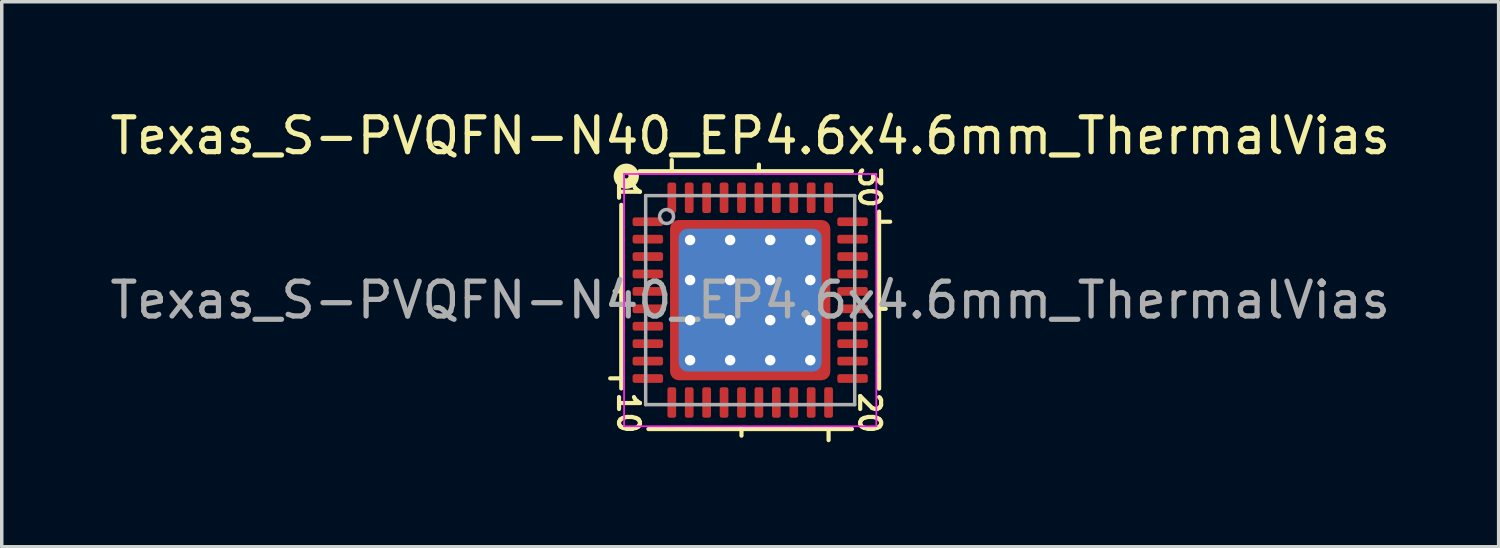
<source format=kicad_pcb>
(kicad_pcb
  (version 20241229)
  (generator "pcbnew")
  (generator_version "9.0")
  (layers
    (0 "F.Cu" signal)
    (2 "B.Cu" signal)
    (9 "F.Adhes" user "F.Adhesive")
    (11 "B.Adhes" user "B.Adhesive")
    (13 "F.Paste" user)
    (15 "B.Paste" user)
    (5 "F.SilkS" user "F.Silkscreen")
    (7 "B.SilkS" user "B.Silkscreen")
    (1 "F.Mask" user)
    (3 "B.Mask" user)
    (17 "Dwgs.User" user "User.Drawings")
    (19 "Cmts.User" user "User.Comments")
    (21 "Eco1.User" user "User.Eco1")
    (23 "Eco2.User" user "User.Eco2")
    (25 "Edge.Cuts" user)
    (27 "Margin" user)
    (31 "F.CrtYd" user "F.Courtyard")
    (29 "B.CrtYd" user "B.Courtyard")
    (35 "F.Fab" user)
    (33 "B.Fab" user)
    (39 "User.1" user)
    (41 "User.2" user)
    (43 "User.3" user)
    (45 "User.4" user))
  (footprint "Texas_S-PVQFN-N40_EP4.6x4.6mm_ThermalVias"
    (layer "F.Cu")
    (at 18.482 5.564)
    (property "Reference" "Texas_S-PVQFN-N40_EP4.6x4.6mm_ThermalVias" (at 0 -4.716 0) (layer "F.SilkS") (effects (font (size 1 1) (thickness 0.15))))
    (attr smd)
    (fp_line (start -3.7 -2.735) (end -3.7 2.535) (stroke (width 0.12) (type solid)) (layer "F.SilkS"))
    (fp_line (start -3.7 -0.255) (end -3.89 -0.255) (stroke (width 0.12) (type solid)) (layer "F.SilkS"))
    (fp_line (start -3.7 2.245) (end -4.018 2.245) (stroke (width 0.12) (type solid)) (layer "F.SilkS"))
    (fp_line (start -2.921 3.7) (end 2.921 3.7) (stroke (width 0.12) (type solid)) (layer "F.SilkS"))
    (fp_line (start -2.25 -3.7) (end -2.25 -4.018) (stroke (width 0.12) (type solid)) (layer "F.SilkS"))
    (fp_line (start -0.25 3.7) (end -0.25 3.89) (stroke (width 0.12) (type solid)) (layer "F.SilkS"))
    (fp_line (start 0.25 -3.7) (end 0.25 -3.89) (stroke (width 0.12) (type solid)) (layer "F.SilkS"))
    (fp_line (start 2.25 3.7) (end 2.25 4.018) (stroke (width 0.12) (type solid)) (layer "F.SilkS"))
    (fp_line (start 2.921 -3.7) (end -3.175 -3.7) (stroke (width 0.12) (type solid)) (layer "F.SilkS"))
    (fp_line (start 3.7 -2.25) (end 4.018 -2.25) (stroke (width 0.12) (type solid)) (layer "F.SilkS"))
    (fp_line (start 3.7 0.25) (end 3.89 0.25) (stroke (width 0.12) (type solid)) (layer "F.SilkS"))
    (fp_line (start 3.7 2.54) (end 3.7 -2.54) (stroke (width 0.12) (type solid)) (layer "F.SilkS"))
    (fp_circle (center -3.556 -3.556) (end -3.493 -3.556) (stroke (width 0.3) (type solid)) (fill no) (layer "F.SilkS"))
    (fp_line (start -3.62 -3.62) (end -3.62 3.62) (stroke (width 0.05) (type solid)) (layer "F.CrtYd"))
    (fp_line (start -3.62 3.62) (end 3.62 3.62) (stroke (width 0.05) (type solid)) (layer "F.CrtYd"))
    (fp_line (start 3.62 -3.62) (end -3.62 -3.62) (stroke (width 0.05) (type solid)) (layer "F.CrtYd"))
    (fp_line (start 3.62 3.62) (end 3.62 -3.62) (stroke (width 0.05) (type solid)) (layer "F.CrtYd"))
    (fp_line (start -3 -3) (end 3 -3) (stroke (width 0.1) (type solid)) (layer "F.Fab"))
    (fp_line (start -3 3) (end -3 -3) (stroke (width 0.1) (type solid)) (layer "F.Fab"))
    (fp_line (start 3 -3) (end 3 3) (stroke (width 0.1) (type solid)) (layer "F.Fab"))
    (fp_line (start 3 3) (end -3 3) (stroke (width 0.1) (type solid)) (layer "F.Fab"))
    (fp_circle (center -2.4 -2.4) (end -2.2 -2.4) (stroke (width 0.1) (type solid)) (fill no) (layer "F.Fab"))
    (fp_text user "20" (at 3.429 3.239 270) (unlocked yes) (layer "F.SilkS") (effects (font (size 0.6 0.6) (thickness 0.12))))
    (fp_text user "1" (at -3.493 -3.111 270) (unlocked yes) (layer "F.SilkS") (effects (font (size 0.6 0.6) (thickness 0.12))))
    (fp_text user "10" (at -3.493 3.239 270) (unlocked yes) (layer "F.SilkS") (effects (font (size 0.6 0.6) (thickness 0.12))))
    (fp_text user "30" (at 3.429 -3.239 270) (unlocked yes) (layer "F.SilkS") (effects (font (size 0.6 0.6) (thickness 0.12))))
    (fp_text user "${REFERENCE}" (at 0 0 0) (layer "F.Fab") (effects (font (size 1 1) (thickness 0.15))))
    (pad "" smd custom (at -2.013 -2.013) (size 0.342 0.342) (layers "F.Paste") (options (anchor circle)) (primitives (gr_poly (pts (xy 0.116 0.012) (xy 0.012 0.116) (xy -0.116 0.116) (xy -0.116 -0.116) (xy 0.116 -0.116)) (width 0.232) (fill yes))))
    (pad "" smd custom (at -2.013 -1.15) (size 0.382 0.382) (layers "F.Paste") (options (anchor circle)) (primitives (gr_poly (pts (xy 0.15 -0.314) (xy 0.15 0.314) (xy 0.082 0.382) (xy -0.15 0.382) (xy -0.15 -0.382) (xy 0.082 -0.382)) (width 0.164) (fill yes))))
    (pad "" smd custom (at -2.013 0) (size 0.382 0.382) (layers "F.Paste") (options (anchor circle)) (primitives (gr_poly (pts (xy 0.15 -0.314) (xy 0.15 0.314) (xy 0.082 0.382) (xy -0.15 0.382) (xy -0.15 -0.382) (xy 0.082 -0.382)) (width 0.164) (fill yes))))
    (pad "" smd custom (at -2.013 1.15) (size 0.382 0.382) (layers "F.Paste") (options (anchor circle)) (primitives (gr_poly (pts (xy 0.15 -0.314) (xy 0.15 0.314) (xy 0.082 0.382) (xy -0.15 0.382) (xy -0.15 -0.382) (xy 0.082 -0.382)) (width 0.164) (fill yes))))
    (pad "" smd custom (at -2.013 2.013) (size 0.342 0.342) (layers "F.Paste") (options (anchor circle)) (primitives (gr_poly (pts (xy 0.116 -0.012) (xy 0.116 0.116) (xy -0.116 0.116) (xy -0.116 -0.116) (xy 0.012 -0.116)) (width 0.232) (fill yes))))
    (pad "" smd custom (at -1.15 -2.013) (size 0.382 0.382) (layers "F.Paste") (options (anchor circle)) (primitives (gr_poly (pts (xy 0.382 0.082) (xy 0.314 0.15) (xy -0.314 0.15) (xy -0.382 0.082) (xy -0.382 -0.15) (xy 0.382 -0.15)) (width 0.164) (fill yes))))
    (pad "" smd roundrect (at -1.15 -1.15) (size 0.927 0.927) (layers "F.Paste") (roundrect_rratio 0.25))
    (pad "" smd roundrect (at -1.15 0) (size 0.927 0.927) (layers "F.Paste") (roundrect_rratio 0.25))
    (pad "" smd roundrect (at -1.15 1.15) (size 0.927 0.927) (layers "F.Paste") (roundrect_rratio 0.25))
    (pad "" smd custom (at -1.15 2.013) (size 0.382 0.382) (layers "F.Paste") (options (anchor circle)) (primitives (gr_poly (pts (xy 0.382 -0.082) (xy 0.382 0.15) (xy -0.382 0.15) (xy -0.382 -0.082) (xy -0.314 -0.15) (xy 0.314 -0.15)) (width 0.164) (fill yes))))
    (pad "" smd custom (at 0 -2.013) (size 0.382 0.382) (layers "F.Paste") (options (anchor circle)) (primitives (gr_poly (pts (xy 0.382 0.082) (xy 0.314 0.15) (xy -0.314 0.15) (xy -0.382 0.082) (xy -0.382 -0.15) (xy 0.382 -0.15)) (width 0.164) (fill yes))))
    (pad "" smd roundrect (at 0 -1.15) (size 0.927 0.927) (layers "F.Paste") (roundrect_rratio 0.25))
    (pad "" smd roundrect (at 0 0) (size 0.927 0.927) (layers "F.Paste") (roundrect_rratio 0.25))
    (pad "" smd roundrect (at 0 1.15) (size 0.927 0.927) (layers "F.Paste") (roundrect_rratio 0.25))
    (pad "" smd custom (at 0 2.013) (size 0.382 0.382) (layers "F.Paste") (options (anchor circle)) (primitives (gr_poly (pts (xy 0.382 -0.082) (xy 0.382 0.15) (xy -0.382 0.15) (xy -0.382 -0.082) (xy -0.314 -0.15) (xy 0.314 -0.15)) (width 0.164) (fill yes))))
    (pad "" smd custom (at 1.15 -2.013) (size 0.382 0.382) (layers "F.Paste") (options (anchor circle)) (primitives (gr_poly (pts (xy 0.382 0.082) (xy 0.314 0.15) (xy -0.314 0.15) (xy -0.382 0.082) (xy -0.382 -0.15) (xy 0.382 -0.15)) (width 0.164) (fill yes))))
    (pad "" smd roundrect (at 1.15 -1.15) (size 0.927 0.927) (layers "F.Paste") (roundrect_rratio 0.25))
    (pad "" smd roundrect (at 1.15 0) (size 0.927 0.927) (layers "F.Paste") (roundrect_rratio 0.25))
    (pad "" smd roundrect (at 1.15 1.15) (size 0.927 0.927) (layers "F.Paste") (roundrect_rratio 0.25))
    (pad "" smd custom (at 1.15 2.013) (size 0.382 0.382) (layers "F.Paste") (options (anchor circle)) (primitives (gr_poly (pts (xy 0.382 -0.082) (xy 0.382 0.15) (xy -0.382 0.15) (xy -0.382 -0.082) (xy -0.314 -0.15) (xy 0.314 -0.15)) (width 0.164) (fill yes))))
    (pad "" smd custom (at 2.013 -2.013) (size 0.342 0.342) (layers "F.Paste") (options (anchor circle)) (primitives (gr_poly (pts (xy 0.116 0.116) (xy -0.012 0.116) (xy -0.116 0.012) (xy -0.116 -0.116) (xy 0.116 -0.116)) (width 0.232) (fill yes))))
    (pad "" smd custom (at 2.013 -1.15) (size 0.382 0.382) (layers "F.Paste") (options (anchor circle)) (primitives (gr_poly (pts (xy 0.15 0.382) (xy -0.082 0.382) (xy -0.15 0.314) (xy -0.15 -0.314) (xy -0.082 -0.382) (xy 0.15 -0.382)) (width 0.164) (fill yes))))
    (pad "" smd custom (at 2.013 0) (size 0.382 0.382) (layers "F.Paste") (options (anchor circle)) (primitives (gr_poly (pts (xy 0.15 0.382) (xy -0.082 0.382) (xy -0.15 0.314) (xy -0.15 -0.314) (xy -0.082 -0.382) (xy 0.15 -0.382)) (width 0.164) (fill yes))))
    (pad "" smd custom (at 2.013 1.15) (size 0.382 0.382) (layers "F.Paste") (options (anchor circle)) (primitives (gr_poly (pts (xy 0.15 0.382) (xy -0.082 0.382) (xy -0.15 0.314) (xy -0.15 -0.314) (xy -0.082 -0.382) (xy 0.15 -0.382)) (width 0.164) (fill yes))))
    (pad "" smd custom (at 2.013 2.013) (size 0.342 0.342) (layers "F.Paste") (options (anchor circle)) (primitives (gr_poly (pts (xy 0.116 0.116) (xy -0.116 0.116) (xy -0.116 -0.012) (xy -0.012 -0.116) (xy 0.116 -0.116)) (width 0.232) (fill yes))))
    (pad "1" smd roundrect (at -2.938 -2.25) (size 0.875 0.25) (layers "F.Cu" "F.Mask" "F.Paste") (roundrect_rratio 0.25))
    (pad "2" smd roundrect (at -2.938 -1.75) (size 0.875 0.25) (layers "F.Cu" "F.Mask" "F.Paste") (roundrect_rratio 0.25))
    (pad "3" smd roundrect (at -2.938 -1.25) (size 0.875 0.25) (layers "F.Cu" "F.Mask" "F.Paste") (roundrect_rratio 0.25))
    (pad "4" smd roundrect (at -2.938 -0.75) (size 0.875 0.25) (layers "F.Cu" "F.Mask" "F.Paste") (roundrect_rratio 0.25))
    (pad "5" smd roundrect (at -2.938 -0.25) (size 0.875 0.25) (layers "F.Cu" "F.Mask" "F.Paste") (roundrect_rratio 0.25))
    (pad "6" smd roundrect (at -2.938 0.25) (size 0.875 0.25) (layers "F.Cu" "F.Mask" "F.Paste") (roundrect_rratio 0.25))
    (pad "7" smd roundrect (at -2.938 0.75) (size 0.875 0.25) (layers "F.Cu" "F.Mask" "F.Paste") (roundrect_rratio 0.25))
    (pad "8" smd roundrect (at -2.938 1.25) (size 0.875 0.25) (layers "F.Cu" "F.Mask" "F.Paste") (roundrect_rratio 0.25))
    (pad "9" smd roundrect (at -2.938 1.75) (size 0.875 0.25) (layers "F.Cu" "F.Mask" "F.Paste") (roundrect_rratio 0.25))
    (pad "10" smd roundrect (at -2.938 2.25) (size 0.875 0.25) (layers "F.Cu" "F.Mask" "F.Paste") (roundrect_rratio 0.25))
    (pad "11" smd roundrect (at -2.25 2.938) (size 0.25 0.875) (layers "F.Cu" "F.Mask" "F.Paste") (roundrect_rratio 0.25))
    (pad "12" smd roundrect (at -1.75 2.938) (size 0.25 0.875) (layers "F.Cu" "F.Mask" "F.Paste") (roundrect_rratio 0.25))
    (pad "13" smd roundrect (at -1.25 2.938) (size 0.25 0.875) (layers "F.Cu" "F.Mask" "F.Paste") (roundrect_rratio 0.25))
    (pad "14" smd roundrect (at -0.75 2.938) (size 0.25 0.875) (layers "F.Cu" "F.Mask" "F.Paste") (roundrect_rratio 0.25))
    (pad "15" smd roundrect (at -0.25 2.938) (size 0.25 0.875) (layers "F.Cu" "F.Mask" "F.Paste") (roundrect_rratio 0.25))
    (pad "16" smd roundrect (at 0.25 2.938) (size 0.25 0.875) (layers "F.Cu" "F.Mask" "F.Paste") (roundrect_rratio 0.25))
    (pad "17" smd roundrect (at 0.75 2.938) (size 0.25 0.875) (layers "F.Cu" "F.Mask" "F.Paste") (roundrect_rratio 0.25))
    (pad "18" smd roundrect (at 1.25 2.938) (size 0.25 0.875) (layers "F.Cu" "F.Mask" "F.Paste") (roundrect_rratio 0.25))
    (pad "19" smd roundrect (at 1.75 2.938) (size 0.25 0.875) (layers "F.Cu" "F.Mask" "F.Paste") (roundrect_rratio 0.25))
    (pad "20" smd roundrect (at 2.25 2.938) (size 0.25 0.875) (layers "F.Cu" "F.Mask" "F.Paste") (roundrect_rratio 0.25))
    (pad "21" smd roundrect (at 2.938 2.25) (size 0.875 0.25) (layers "F.Cu" "F.Mask" "F.Paste") (roundrect_rratio 0.25))
    (pad "22" smd roundrect (at 2.938 1.75) (size 0.875 0.25) (layers "F.Cu" "F.Mask" "F.Paste") (roundrect_rratio 0.25))
    (pad "23" smd roundrect (at 2.938 1.25) (size 0.875 0.25) (layers "F.Cu" "F.Mask" "F.Paste") (roundrect_rratio 0.25))
    (pad "24" smd roundrect (at 2.938 0.75) (size 0.875 0.25) (layers "F.Cu" "F.Mask" "F.Paste") (roundrect_rratio 0.25))
    (pad "25" smd roundrect (at 2.938 0.25) (size 0.875 0.25) (layers "F.Cu" "F.Mask" "F.Paste") (roundrect_rratio 0.25))
    (pad "26" smd roundrect (at 2.938 -0.25) (size 0.875 0.25) (layers "F.Cu" "F.Mask" "F.Paste") (roundrect_rratio 0.25))
    (pad "27" smd roundrect (at 2.938 -0.75) (size 0.875 0.25) (layers "F.Cu" "F.Mask" "F.Paste") (roundrect_rratio 0.25))
    (pad "28" smd roundrect (at 2.938 -1.25) (size 0.875 0.25) (layers "F.Cu" "F.Mask" "F.Paste") (roundrect_rratio 0.25))
    (pad "29" smd roundrect (at 2.938 -1.75) (size 0.875 0.25) (layers "F.Cu" "F.Mask" "F.Paste") (roundrect_rratio 0.25))
    (pad "30" smd roundrect (at 2.938 -2.25) (size 0.875 0.25) (layers "F.Cu" "F.Mask" "F.Paste") (roundrect_rratio 0.25))
    (pad "31" smd roundrect (at 2.25 -2.938) (size 0.25 0.875) (layers "F.Cu" "F.Mask" "F.Paste") (roundrect_rratio 0.25))
    (pad "32" smd roundrect (at 1.75 -2.938) (size 0.25 0.875) (layers "F.Cu" "F.Mask" "F.Paste") (roundrect_rratio 0.25))
    (pad "33" smd roundrect (at 1.25 -2.938) (size 0.25 0.875) (layers "F.Cu" "F.Mask" "F.Paste") (roundrect_rratio 0.25))
    (pad "34" smd roundrect (at 0.75 -2.938) (size 0.25 0.875) (layers "F.Cu" "F.Mask" "F.Paste") (roundrect_rratio 0.25))
    (pad "35" smd roundrect (at 0.25 -2.938) (size 0.25 0.875) (layers "F.Cu" "F.Mask" "F.Paste") (roundrect_rratio 0.25))
    (pad "36" smd roundrect (at -0.25 -2.938) (size 0.25 0.875) (layers "F.Cu" "F.Mask" "F.Paste") (roundrect_rratio 0.25))
    (pad "37" smd roundrect (at -0.75 -2.938) (size 0.25 0.875) (layers "F.Cu" "F.Mask" "F.Paste") (roundrect_rratio 0.25))
    (pad "38" smd roundrect (at -1.25 -2.938) (size 0.25 0.875) (layers "F.Cu" "F.Mask" "F.Paste") (roundrect_rratio 0.25))
    (pad "39" smd roundrect (at -1.75 -2.938) (size 0.25 0.875) (layers "F.Cu" "F.Mask" "F.Paste") (roundrect_rratio 0.25))
    (pad "40" smd roundrect (at -2.25 -2.938) (size 0.25 0.875) (layers "F.Cu" "F.Mask" "F.Paste") (roundrect_rratio 0.25))
    (pad "41" thru_hole circle (at -1.725 -1.725) (size 0.6 0.6) (drill 0.3) (property pad_prop_heatsink) (layers "*.Cu"))
    (pad "41" thru_hole circle (at -1.725 -0.575) (size 0.6 0.6) (drill 0.3) (property pad_prop_heatsink) (layers "*.Cu"))
    (pad "41" thru_hole circle (at -1.725 0.575) (size 0.6 0.6) (drill 0.3) (property pad_prop_heatsink) (layers "*.Cu"))
    (pad "41" thru_hole circle (at -1.725 1.725) (size 0.6 0.6) (drill 0.3) (property pad_prop_heatsink) (layers "*.Cu"))
    (pad "41" thru_hole circle (at -0.575 -1.725) (size 0.6 0.6) (drill 0.3) (property pad_prop_heatsink) (layers "*.Cu"))
    (pad "41" thru_hole circle (at -0.575 -0.575) (size 0.6 0.6) (drill 0.3) (property pad_prop_heatsink) (layers "*.Cu"))
    (pad "41" thru_hole circle (at -0.575 0.575) (size 0.6 0.6) (drill 0.3) (property pad_prop_heatsink) (layers "*.Cu"))
    (pad "41" thru_hole circle (at -0.575 1.725) (size 0.6 0.6) (drill 0.3) (property pad_prop_heatsink) (layers "*.Cu"))
    (pad "41" smd roundrect (at 0 0) (size 4.1 4.1) (layers "B.Cu" "B.Mask") (roundrect_rratio 0.061))
    (pad "41" smd roundrect (at 0 0) (size 4.6 4.6) (layers "F.Cu" "F.Mask") (roundrect_rratio 0.054))
    (pad "41" thru_hole circle (at 0.575 -1.725) (size 0.6 0.6) (drill 0.3) (property pad_prop_heatsink) (layers "*.Cu"))
    (pad "41" thru_hole circle (at 0.575 -0.575) (size 0.6 0.6) (drill 0.3) (property pad_prop_heatsink) (layers "*.Cu"))
    (pad "41" thru_hole circle (at 0.575 0.575) (size 0.6 0.6) (drill 0.3) (property pad_prop_heatsink) (layers "*.Cu"))
    (pad "41" thru_hole circle (at 0.575 1.725) (size 0.6 0.6) (drill 0.3) (property pad_prop_heatsink) (layers "*.Cu"))
    (pad "41" thru_hole circle (at 1.725 -1.725) (size 0.6 0.6) (drill 0.3) (property pad_prop_heatsink) (layers "*.Cu"))
    (pad "41" thru_hole circle (at 1.725 -0.575) (size 0.6 0.6) (drill 0.3) (property pad_prop_heatsink) (layers "*.Cu"))
    (pad "41" thru_hole circle (at 1.725 0.575) (size 0.6 0.6) (drill 0.3) (property pad_prop_heatsink) (layers "*.Cu"))
    (pad "41" thru_hole circle (at 1.725 1.725) (size 0.6 0.6) (drill 0.3) (property pad_prop_heatsink) (layers "*.Cu")))
  (gr_rect
    (start -3 -3)
    (end 39.964 12.642)
    (stroke (width 0.1) (type default))
    (fill no)
    (layer "Edge.Cuts")))
</source>
